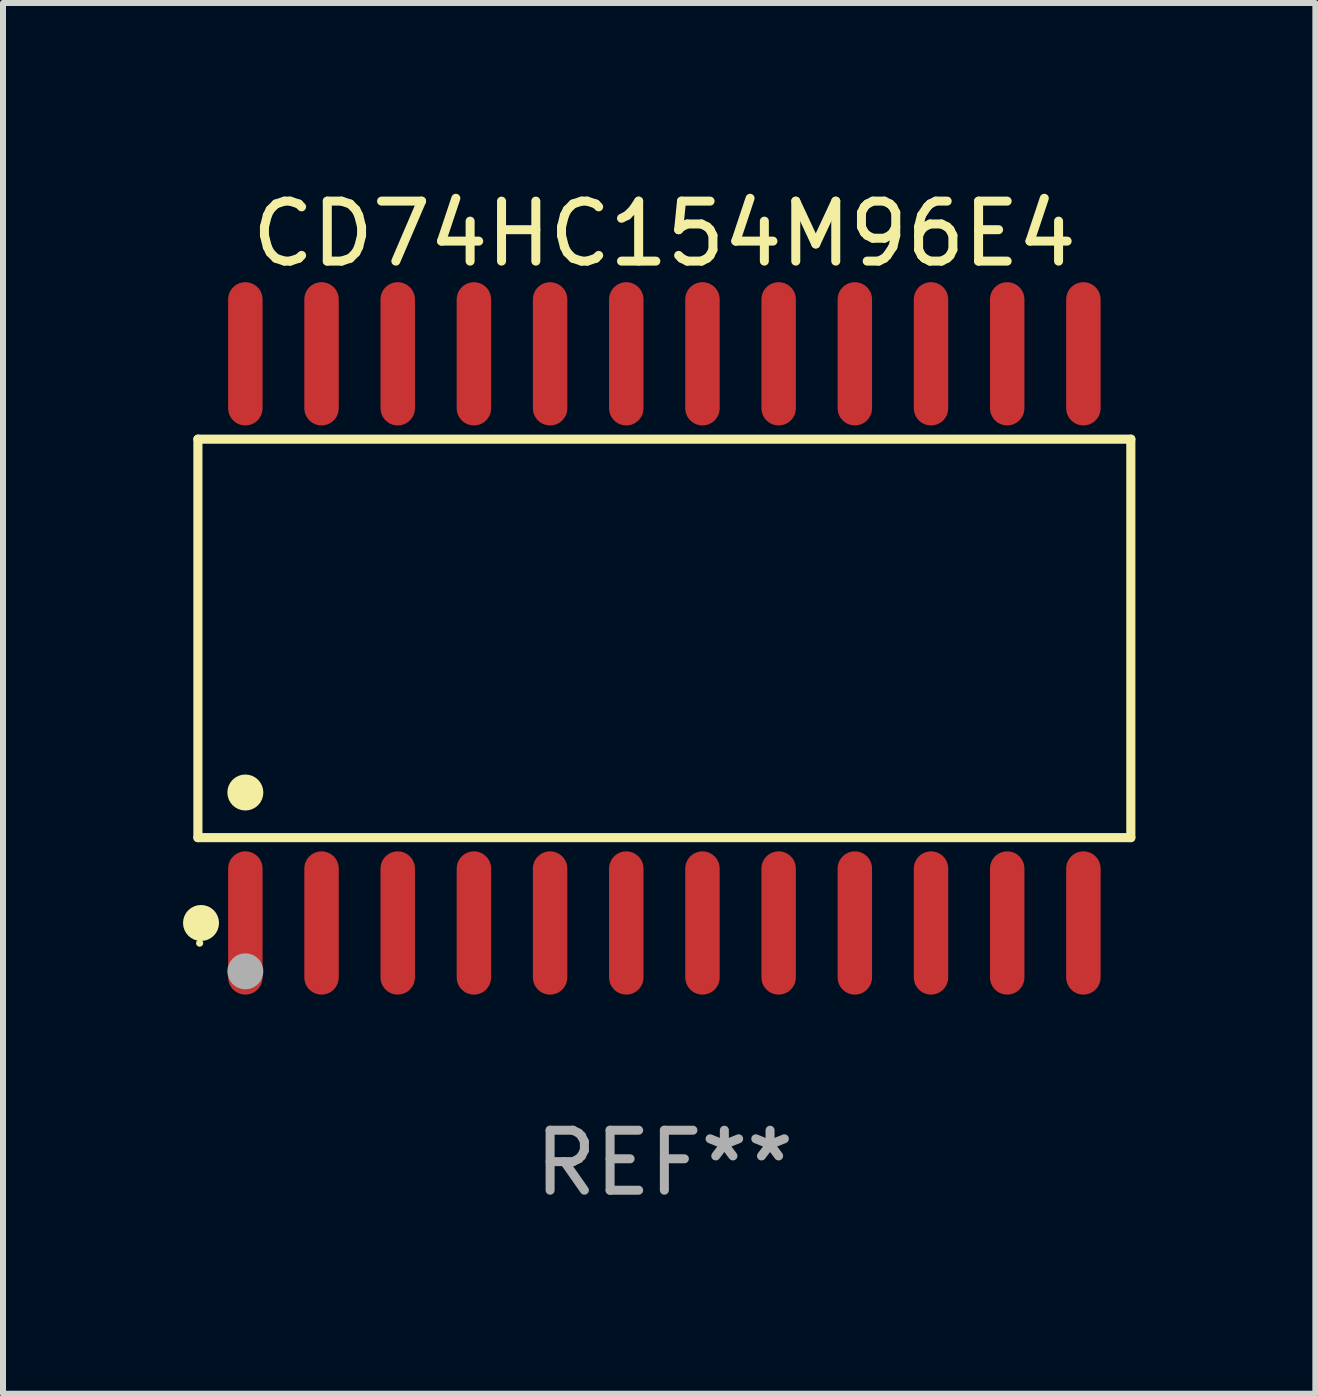
<source format=kicad_pcb>
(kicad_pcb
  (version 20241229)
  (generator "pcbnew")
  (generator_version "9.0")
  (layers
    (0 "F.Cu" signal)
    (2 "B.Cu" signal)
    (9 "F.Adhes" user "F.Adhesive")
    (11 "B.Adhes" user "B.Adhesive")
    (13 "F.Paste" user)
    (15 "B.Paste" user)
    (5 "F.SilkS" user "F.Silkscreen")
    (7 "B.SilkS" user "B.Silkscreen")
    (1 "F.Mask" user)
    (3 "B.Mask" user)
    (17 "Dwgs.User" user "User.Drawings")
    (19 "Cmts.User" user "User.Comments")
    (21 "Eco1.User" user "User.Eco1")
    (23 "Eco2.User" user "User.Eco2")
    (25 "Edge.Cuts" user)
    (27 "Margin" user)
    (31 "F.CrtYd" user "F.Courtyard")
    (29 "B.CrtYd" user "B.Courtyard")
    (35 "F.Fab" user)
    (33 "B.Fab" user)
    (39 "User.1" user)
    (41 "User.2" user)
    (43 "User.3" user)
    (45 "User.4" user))
  (footprint "CD74HC154M96E4"
    (layer "F.Cu")
    (at 8.025 7.592)
    (property "Reference" "CD74HC154M96E4" (at 0 -6.744 0) (layer "F.SilkS") (effects (font (size 1 1) (thickness 0.15))))
    (attr through_hole)
    (fp_line (start -7.776 -3.321) (end 7.776 -3.321) (stroke (width 0.152) (type solid)) (layer "F.SilkS"))
    (fp_line (start -7.776 3.321) (end -7.776 -3.321) (stroke (width 0.152) (type solid)) (layer "F.SilkS"))
    (fp_line (start 7.776 -3.321) (end 7.776 3.321) (stroke (width 0.152) (type solid)) (layer "F.SilkS"))
    (fp_line (start 7.776 3.321) (end -7.776 3.321) (stroke (width 0.152) (type solid)) (layer "F.SilkS"))
    (fp_circle (center -7.747 5.08) (end -7.717 5.08) (stroke (width 0.06) (type solid)) (fill no) (layer "F.SilkS"))
    (fp_circle (center -7.724 4.744) (end -7.574 4.744) (stroke (width 0.3) (type solid)) (fill no) (layer "F.SilkS"))
    (fp_circle (center -6.985 2.569) (end -6.835 2.569) (stroke (width 0.3) (type solid)) (fill no) (layer "F.SilkS"))
    (fp_circle (center -6.985 5.55) (end -6.835 5.55) (stroke (width 0.3) (type solid)) (fill no) (layer "F.Fab"))
    (fp_text user "REF**" (at 0 8.744 0) (layer "F.Fab") (effects (font (size 1 1) (thickness 0.15))))
    (pad "1" smd oval (at -6.985 4.744) (size 0.574 2.388) (layers "F.Cu" "F.Mask" "F.Paste"))
    (pad "2" smd oval (at -5.715 4.744) (size 0.574 2.388) (layers "F.Cu" "F.Mask" "F.Paste"))
    (pad "3" smd oval (at -4.445 4.744) (size 0.574 2.388) (layers "F.Cu" "F.Mask" "F.Paste"))
    (pad "4" smd oval (at -3.175 4.744) (size 0.574 2.388) (layers "F.Cu" "F.Mask" "F.Paste"))
    (pad "5" smd oval (at -1.905 4.744) (size 0.574 2.388) (layers "F.Cu" "F.Mask" "F.Paste"))
    (pad "6" smd oval (at -0.635 4.744) (size 0.574 2.388) (layers "F.Cu" "F.Mask" "F.Paste"))
    (pad "7" smd oval (at 0.635 4.744) (size 0.574 2.388) (layers "F.Cu" "F.Mask" "F.Paste"))
    (pad "8" smd oval (at 1.905 4.744) (size 0.574 2.388) (layers "F.Cu" "F.Mask" "F.Paste"))
    (pad "9" smd oval (at 3.175 4.744) (size 0.574 2.388) (layers "F.Cu" "F.Mask" "F.Paste"))
    (pad "10" smd oval (at 4.445 4.744) (size 0.574 2.388) (layers "F.Cu" "F.Mask" "F.Paste"))
    (pad "11" smd oval (at 5.715 4.744) (size 0.574 2.388) (layers "F.Cu" "F.Mask" "F.Paste"))
    (pad "12" smd oval (at 6.985 4.744) (size 0.574 2.388) (layers "F.Cu" "F.Mask" "F.Paste"))
    (pad "13" smd oval (at 6.985 -4.744) (size 0.574 2.388) (layers "F.Cu" "F.Mask" "F.Paste"))
    (pad "14" smd oval (at 5.715 -4.744) (size 0.574 2.388) (layers "F.Cu" "F.Mask" "F.Paste"))
    (pad "15" smd oval (at 4.445 -4.744) (size 0.574 2.388) (layers "F.Cu" "F.Mask" "F.Paste"))
    (pad "16" smd oval (at 3.175 -4.744) (size 0.574 2.388) (layers "F.Cu" "F.Mask" "F.Paste"))
    (pad "17" smd oval (at 1.905 -4.744) (size 0.574 2.388) (layers "F.Cu" "F.Mask" "F.Paste"))
    (pad "18" smd oval (at 0.635 -4.744) (size 0.574 2.388) (layers "F.Cu" "F.Mask" "F.Paste"))
    (pad "19" smd oval (at -0.635 -4.744) (size 0.574 2.388) (layers "F.Cu" "F.Mask" "F.Paste"))
    (pad "20" smd oval (at -1.905 -4.744) (size 0.574 2.388) (layers "F.Cu" "F.Mask" "F.Paste"))
    (pad "21" smd oval (at -3.175 -4.744) (size 0.574 2.388) (layers "F.Cu" "F.Mask" "F.Paste"))
    (pad "22" smd oval (at -4.445 -4.744) (size 0.574 2.388) (layers "F.Cu" "F.Mask" "F.Paste"))
    (pad "23" smd oval (at -5.715 -4.744) (size 0.574 2.388) (layers "F.Cu" "F.Mask" "F.Paste"))
    (pad "24" smd oval (at -6.985 -4.744) (size 0.574 2.388) (layers "F.Cu" "F.Mask" "F.Paste")))
  (gr_rect
    (start -3 -3)
    (end 18.877 20.184)
    (stroke (width 0.1) (type default))
    (fill no)
    (layer "Edge.Cuts")))
</source>
